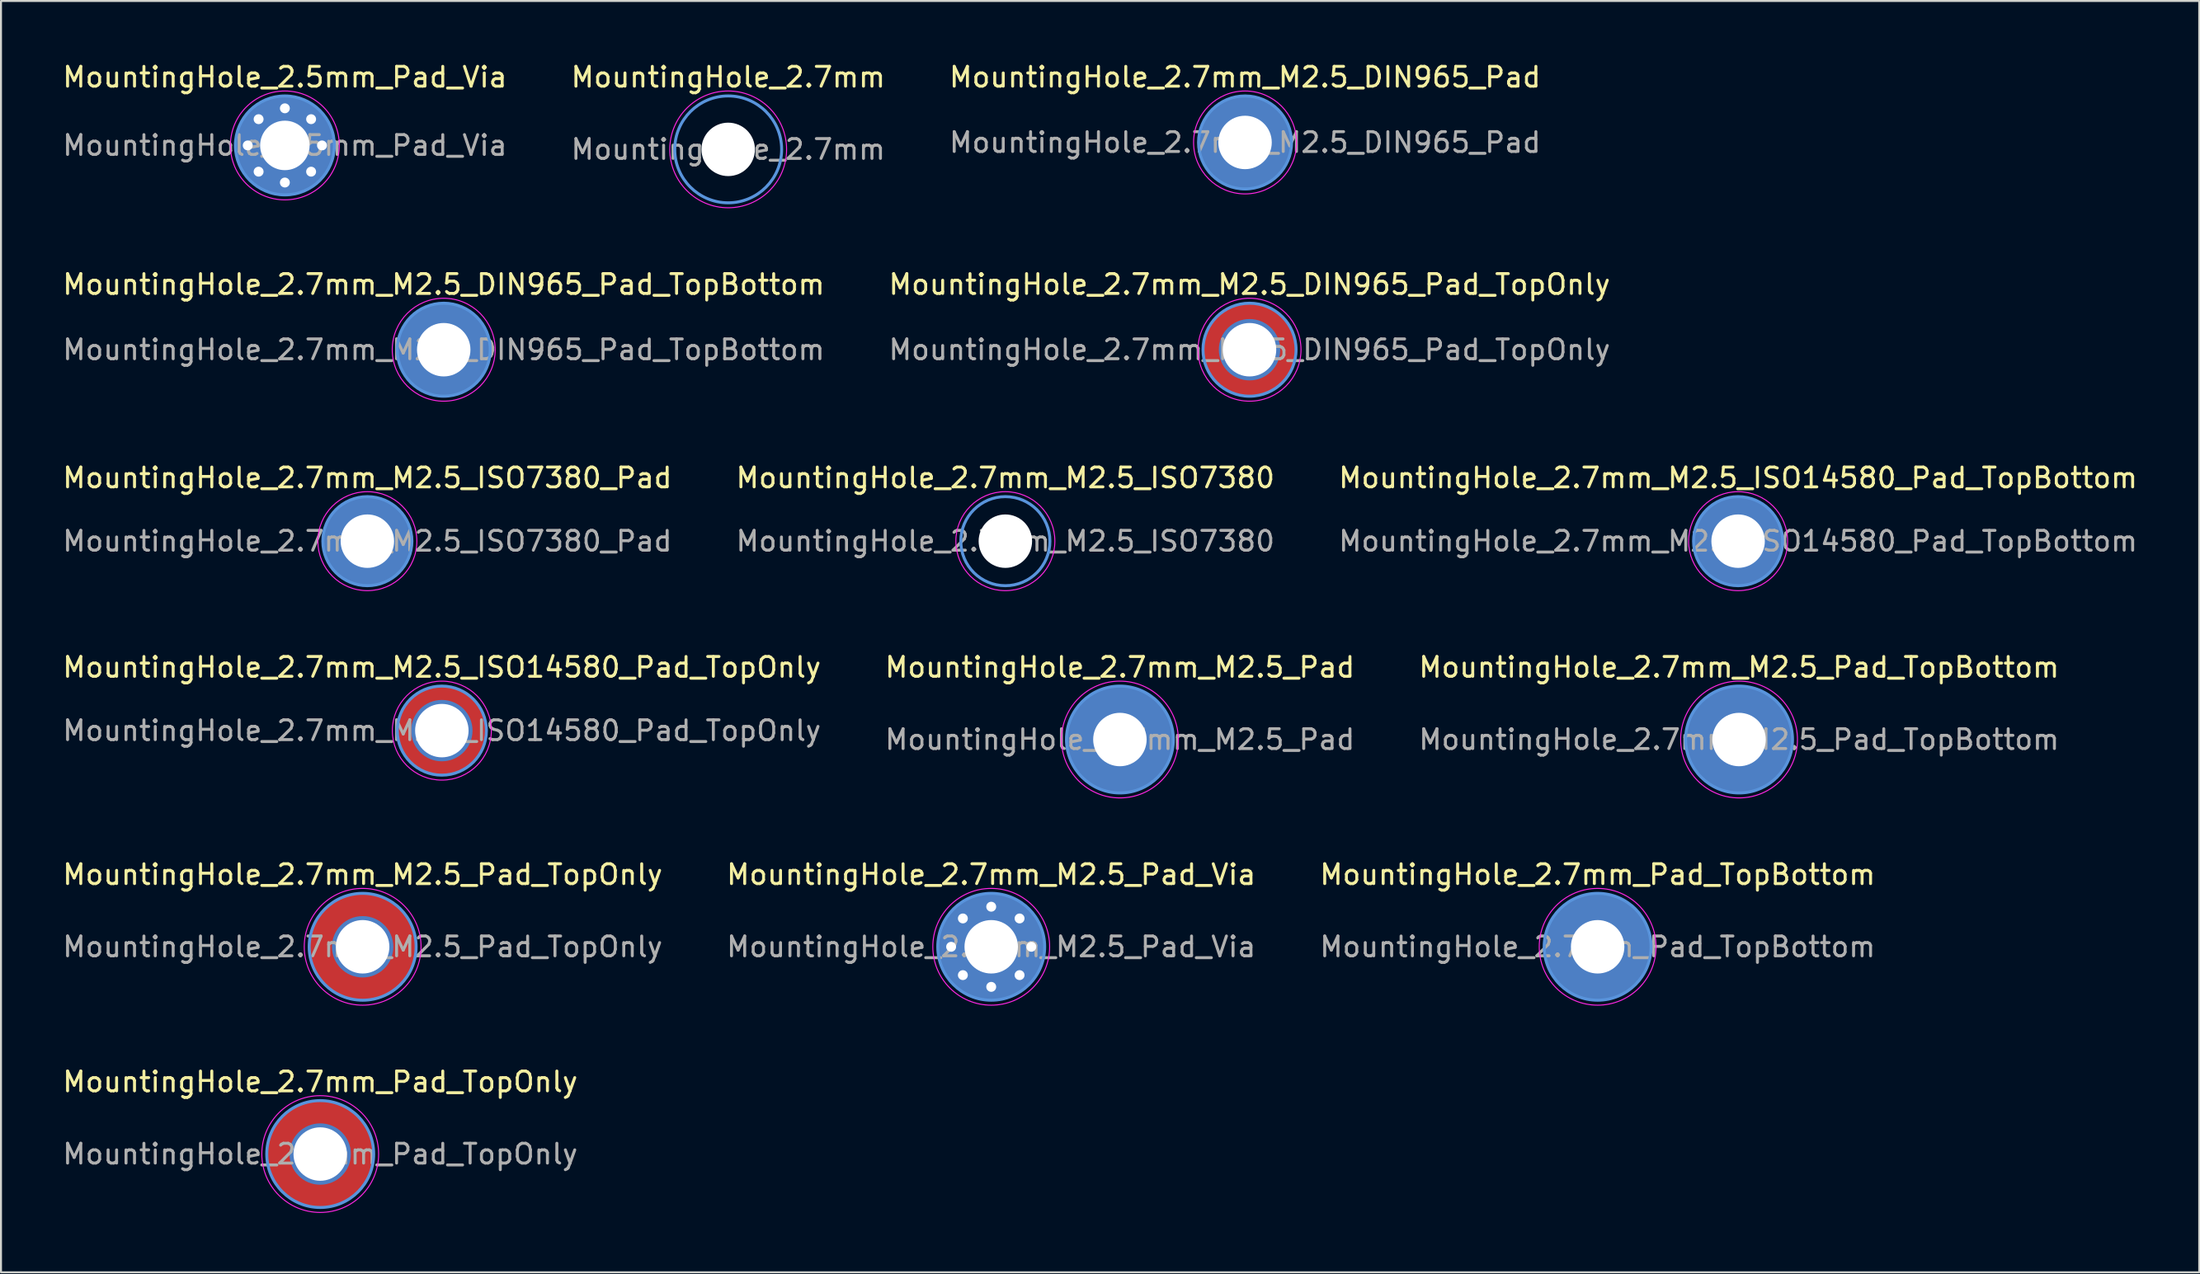
<source format=kicad_pcb>
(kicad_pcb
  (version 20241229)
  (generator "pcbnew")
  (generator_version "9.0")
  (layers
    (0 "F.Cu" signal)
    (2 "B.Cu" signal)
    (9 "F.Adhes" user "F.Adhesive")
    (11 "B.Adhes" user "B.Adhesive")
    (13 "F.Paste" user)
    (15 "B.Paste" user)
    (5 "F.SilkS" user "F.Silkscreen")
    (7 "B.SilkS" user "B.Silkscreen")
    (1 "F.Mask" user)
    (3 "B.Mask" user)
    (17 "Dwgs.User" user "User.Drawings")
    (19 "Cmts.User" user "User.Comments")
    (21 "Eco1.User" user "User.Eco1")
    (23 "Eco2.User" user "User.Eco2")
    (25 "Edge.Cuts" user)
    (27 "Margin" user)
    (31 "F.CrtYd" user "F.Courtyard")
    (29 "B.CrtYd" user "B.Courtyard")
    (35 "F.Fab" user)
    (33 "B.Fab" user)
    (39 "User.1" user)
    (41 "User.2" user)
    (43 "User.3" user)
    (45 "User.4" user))
  (footprint "MountingHole_2.5mm_Pad_Via"
    (layer "F.Cu")
    (at 11.339 4.298)
    (property "Reference" "MountingHole_2.5mm_Pad_Via" (at 0 -3.45 0) (layer "F.SilkS") (effects (font (size 1 1) (thickness 0.15))))
    (attr exclude_from_pos_files exclude_from_bom)
    (fp_circle (center 0 0) (end 2.5 0) (stroke (width 0.15) (type solid)) (fill no) (layer "Cmts.User"))
    (fp_circle (center 0 0) (end 2.75 0) (stroke (width 0.05) (type solid)) (fill no) (layer "F.CrtYd"))
    (fp_text user "${REFERENCE}" (at 0 0 0) (layer "F.Fab") (effects (font (size 1 1) (thickness 0.15))))
    (pad "1" thru_hole circle (at -1.875 0) (size 0.8 0.8) (drill 0.5) (layers "*.Cu" "*.Mask"))
    (pad "1" thru_hole circle (at -1.326 -1.326) (size 0.8 0.8) (drill 0.5) (layers "*.Cu" "*.Mask"))
    (pad "1" thru_hole circle (at -1.326 1.326) (size 0.8 0.8) (drill 0.5) (layers "*.Cu" "*.Mask"))
    (pad "1" thru_hole circle (at 0 -1.875) (size 0.8 0.8) (drill 0.5) (layers "*.Cu" "*.Mask"))
    (pad "1" thru_hole circle (at 0 0) (size 5 5) (drill 2.5) (layers "*.Cu" "*.Mask"))
    (pad "1" thru_hole circle (at 0 1.875) (size 0.8 0.8) (drill 0.5) (layers "*.Cu" "*.Mask"))
    (pad "1" thru_hole circle (at 1.326 -1.326) (size 0.8 0.8) (drill 0.5) (layers "*.Cu" "*.Mask"))
    (pad "1" thru_hole circle (at 1.326 1.326) (size 0.8 0.8) (drill 0.5) (layers "*.Cu" "*.Mask"))
    (pad "1" thru_hole circle (at 1.875 0) (size 0.8 0.8) (drill 0.5) (layers "*.Cu" "*.Mask")))
  (footprint "MountingHole_2.7mm_M2.5_Pad_TopOnly"
    (layer "F.Cu")
    (at 15.268 44.791)
    (property "Reference" "MountingHole_2.7mm_M2.5_Pad_TopOnly" (at 0 -3.65 0) (layer "F.SilkS") (effects (font (size 1 1) (thickness 0.15))))
    (attr exclude_from_pos_files exclude_from_bom)
    (fp_circle (center 0 0) (end 2.7 0) (stroke (width 0.15) (type solid)) (fill no) (layer "Cmts.User"))
    (fp_circle (center 0 0) (end 2.95 0) (stroke (width 0.05) (type solid)) (fill no) (layer "F.CrtYd"))
    (fp_text user "${REFERENCE}" (at 0 0 0) (layer "F.Fab") (effects (font (size 1 1) (thickness 0.15))))
    (pad "1" thru_hole circle (at 0 0) (size 3.1 3.1) (drill 2.7) (layers "*.Cu" "*.Mask"))
    (pad "1" connect circle (at 0 0) (size 5.4 5.4) (layers "F.Cu" "F.Mask")))
  (footprint "MountingHole_2.7mm_Pad_TopOnly"
    (layer "F.Cu")
    (at 13.125 55.264)
    (property "Reference" "MountingHole_2.7mm_Pad_TopOnly" (at 0 -3.65 0) (layer "F.SilkS") (effects (font (size 1 1) (thickness 0.15))))
    (attr exclude_from_pos_files exclude_from_bom)
    (fp_circle (center 0 0) (end 2.7 0) (stroke (width 0.15) (type solid)) (fill no) (layer "Cmts.User"))
    (fp_circle (center 0 0) (end 2.95 0) (stroke (width 0.05) (type solid)) (fill no) (layer "F.CrtYd"))
    (fp_text user "${REFERENCE}" (at 0 0 0) (layer "F.Fab") (effects (font (size 1 1) (thickness 0.15))))
    (pad "1" thru_hole circle (at 0 0) (size 3.1 3.1) (drill 2.7) (layers "*.Cu" "*.Mask"))
    (pad "1" connect circle (at 0 0) (size 5.4 5.4) (layers "F.Cu" "F.Mask")))
  (footprint "MountingHole_2.7mm_M2.5_DIN965_Pad"
    (layer "F.Cu")
    (at 59.839 4.148)
    (property "Reference" "MountingHole_2.7mm_M2.5_DIN965_Pad" (at 0 -3.3 0) (layer "F.SilkS") (effects (font (size 1 1) (thickness 0.15))))
    (attr exclude_from_pos_files exclude_from_bom)
    (fp_circle (center 0 0) (end 2.35 0) (stroke (width 0.15) (type solid)) (fill no) (layer "Cmts.User"))
    (fp_circle (center 0 0) (end 2.6 0) (stroke (width 0.05) (type solid)) (fill no) (layer "F.CrtYd"))
    (fp_text user "${REFERENCE}" (at 0 0 0) (layer "F.Fab") (effects (font (size 1 1) (thickness 0.15))))
    (pad "1" thru_hole circle (at 0 0) (size 4.7 4.7) (drill 2.7) (layers "*.Cu" "*.Mask")))
  (footprint "MountingHole_2.7mm_M2.5_Pad_Via"
    (layer "F.Cu")
    (at 47.018 44.791)
    (property "Reference" "MountingHole_2.7mm_M2.5_Pad_Via" (at 0 -3.65 0) (layer "F.SilkS") (effects (font (size 1 1) (thickness 0.15))))
    (attr exclude_from_pos_files exclude_from_bom)
    (fp_circle (center 0 0) (end 2.7 0) (stroke (width 0.15) (type solid)) (fill no) (layer "Cmts.User"))
    (fp_circle (center 0 0) (end 2.95 0) (stroke (width 0.05) (type solid)) (fill no) (layer "F.CrtYd"))
    (fp_text user "${REFERENCE}" (at 0 0 0) (layer "F.Fab") (effects (font (size 1 1) (thickness 0.15))))
    (pad "1" thru_hole circle (at -2.025 0) (size 0.8 0.8) (drill 0.5) (layers "*.Cu" "*.Mask"))
    (pad "1" thru_hole circle (at -1.432 -1.432) (size 0.8 0.8) (drill 0.5) (layers "*.Cu" "*.Mask"))
    (pad "1" thru_hole circle (at -1.432 1.432) (size 0.8 0.8) (drill 0.5) (layers "*.Cu" "*.Mask"))
    (pad "1" thru_hole circle (at 0 -2.025) (size 0.8 0.8) (drill 0.5) (layers "*.Cu" "*.Mask"))
    (pad "1" thru_hole circle (at 0 0) (size 5.4 5.4) (drill 2.7) (layers "*.Cu" "*.Mask"))
    (pad "1" thru_hole circle (at 0 2.025) (size 0.8 0.8) (drill 0.5) (layers "*.Cu" "*.Mask"))
    (pad "1" thru_hole circle (at 1.432 -1.432) (size 0.8 0.8) (drill 0.5) (layers "*.Cu" "*.Mask"))
    (pad "1" thru_hole circle (at 1.432 1.432) (size 0.8 0.8) (drill 0.5) (layers "*.Cu" "*.Mask"))
    (pad "1" thru_hole circle (at 2.025 0) (size 0.8 0.8) (drill 0.5) (layers "*.Cu" "*.Mask")))
  (footprint "MountingHole_2.7mm_M2.5_Pad_TopBottom"
    (layer "F.Cu")
    (at 84.792 34.318)
    (property "Reference" "MountingHole_2.7mm_M2.5_Pad_TopBottom" (at 0 -3.65 0) (layer "F.SilkS") (effects (font (size 1 1) (thickness 0.15))))
    (attr exclude_from_pos_files exclude_from_bom)
    (fp_circle (center 0 0) (end 2.7 0) (stroke (width 0.15) (type solid)) (fill no) (layer "Cmts.User"))
    (fp_circle (center 0 0) (end 2.95 0) (stroke (width 0.05) (type solid)) (fill no) (layer "F.CrtYd"))
    (fp_text user "${REFERENCE}" (at 0 0 0) (layer "F.Fab") (effects (font (size 1 1) (thickness 0.15))))
    (pad "1" thru_hole circle (at 0 0) (size 3.1 3.1) (drill 2.7) (layers "*.Cu" "*.Mask"))
    (pad "1" connect circle (at 0 0) (size 5.4 5.4) (layers "F.Cu" "F.Mask"))
    (pad "1" connect circle (at 0 0) (size 5.4 5.4) (layers "B.Cu" "B.Mask")))
  (footprint "MountingHole_2.7mm_M2.5_ISO14580_Pad_TopOnly"
    (layer "F.Cu")
    (at 19.268 33.868)
    (property "Reference" "MountingHole_2.7mm_M2.5_ISO14580_Pad_TopOnly" (at 0 -3.2 0) (layer "F.SilkS") (effects (font (size 1 1) (thickness 0.15))))
    (attr exclude_from_pos_files exclude_from_bom)
    (fp_circle (center 0 0) (end 2.25 0) (stroke (width 0.15) (type solid)) (fill no) (layer "Cmts.User"))
    (fp_circle (center 0 0) (end 2.5 0) (stroke (width 0.05) (type solid)) (fill no) (layer "F.CrtYd"))
    (fp_text user "${REFERENCE}" (at 0 0 0) (layer "F.Fab") (effects (font (size 1 1) (thickness 0.15))))
    (pad "1" thru_hole circle (at 0 0) (size 3.1 3.1) (drill 2.7) (layers "*.Cu" "*.Mask"))
    (pad "1" connect circle (at 0 0) (size 4.5 4.5) (layers "F.Cu" "F.Mask")))
  (footprint "MountingHole_2.7mm_M2.5_DIN965_Pad_TopOnly"
    (layer "F.Cu")
    (at 60.065 14.621)
    (property "Reference" "MountingHole_2.7mm_M2.5_DIN965_Pad_TopOnly" (at 0 -3.3 0) (layer "F.SilkS") (effects (font (size 1 1) (thickness 0.15))))
    (attr exclude_from_pos_files exclude_from_bom)
    (fp_circle (center 0 0) (end 2.35 0) (stroke (width 0.15) (type solid)) (fill no) (layer "Cmts.User"))
    (fp_circle (center 0 0) (end 2.6 0) (stroke (width 0.05) (type solid)) (fill no) (layer "F.CrtYd"))
    (fp_text user "${REFERENCE}" (at 0 0 0) (layer "F.Fab") (effects (font (size 1 1) (thickness 0.15))))
    (pad "1" thru_hole circle (at 0 0) (size 3.1 3.1) (drill 2.7) (layers "*.Cu" "*.Mask"))
    (pad "1" connect circle (at 0 0) (size 4.7 4.7) (layers "F.Cu" "F.Mask")))
  (footprint "MountingHole_2.7mm_M2.5_DIN965_Pad_TopBottom"
    (layer "F.Cu")
    (at 19.363 14.621)
    (property "Reference" "MountingHole_2.7mm_M2.5_DIN965_Pad_TopBottom" (at 0 -3.3 0) (layer "F.SilkS") (effects (font (size 1 1) (thickness 0.15))))
    (attr exclude_from_pos_files exclude_from_bom)
    (fp_circle (center 0 0) (end 2.35 0) (stroke (width 0.15) (type solid)) (fill no) (layer "Cmts.User"))
    (fp_circle (center 0 0) (end 2.6 0) (stroke (width 0.05) (type solid)) (fill no) (layer "F.CrtYd"))
    (fp_text user "${REFERENCE}" (at 0 0 0) (layer "F.Fab") (effects (font (size 1 1) (thickness 0.15))))
    (pad "1" thru_hole circle (at 0 0) (size 3.1 3.1) (drill 2.7) (layers "*.Cu" "*.Mask"))
    (pad "1" connect circle (at 0 0) (size 4.7 4.7) (layers "F.Cu" "F.Mask"))
    (pad "1" connect circle (at 0 0) (size 4.7 4.7) (layers "B.Cu" "B.Mask")))
  (footprint "MountingHole_2.7mm_M2.5_ISO14580_Pad_TopBottom"
    (layer "F.Cu")
    (at 84.744 24.295)
    (property "Reference" "MountingHole_2.7mm_M2.5_ISO14580_Pad_TopBottom" (at 0 -3.2 0) (layer "F.SilkS") (effects (font (size 1 1) (thickness 0.15))))
    (attr exclude_from_pos_files exclude_from_bom)
    (fp_circle (center 0 0) (end 2.25 0) (stroke (width 0.15) (type solid)) (fill no) (layer "Cmts.User"))
    (fp_circle (center 0 0) (end 2.5 0) (stroke (width 0.05) (type solid)) (fill no) (layer "F.CrtYd"))
    (fp_text user "${REFERENCE}" (at 0 0 0) (layer "F.Fab") (effects (font (size 1 1) (thickness 0.15))))
    (pad "1" thru_hole circle (at 0 0) (size 3.1 3.1) (drill 2.7) (layers "*.Cu" "*.Mask"))
    (pad "1" connect circle (at 0 0) (size 4.5 4.5) (layers "F.Cu" "F.Mask"))
    (pad "1" connect circle (at 0 0) (size 4.5 4.5) (layers "B.Cu" "B.Mask")))
  (footprint "MountingHole_2.7mm_M2.5_ISO7380"
    (layer "F.Cu")
    (at 47.732 24.295)
    (property "Reference" "MountingHole_2.7mm_M2.5_ISO7380" (at 0 -3.2 0) (layer "F.SilkS") (effects (font (size 1 1) (thickness 0.15))))
    (attr exclude_from_pos_files exclude_from_bom)
    (fp_circle (center 0 0) (end 2.25 0) (stroke (width 0.15) (type solid)) (fill no) (layer "Cmts.User"))
    (fp_circle (center 0 0) (end 2.5 0) (stroke (width 0.05) (type solid)) (fill no) (layer "F.CrtYd"))
    (fp_text user "${REFERENCE}" (at 0 0 0) (layer "F.Fab") (effects (font (size 1 1) (thickness 0.15))))
    (pad "" np_thru_hole circle (at 0 0) (size 2.7 2.7) (drill 2.7) (layers "*.Cu" "*.Mask")))
  (footprint "MountingHole_2.7mm_Pad_TopBottom"
    (layer "F.Cu")
    (at 77.649 44.791)
    (property "Reference" "MountingHole_2.7mm_Pad_TopBottom" (at 0 -3.65 0) (layer "F.SilkS") (effects (font (size 1 1) (thickness 0.15))))
    (attr exclude_from_pos_files exclude_from_bom)
    (fp_circle (center 0 0) (end 2.7 0) (stroke (width 0.15) (type solid)) (fill no) (layer "Cmts.User"))
    (fp_circle (center 0 0) (end 2.95 0) (stroke (width 0.05) (type solid)) (fill no) (layer "F.CrtYd"))
    (fp_text user "${REFERENCE}" (at 0 0 0) (layer "F.Fab") (effects (font (size 1 1) (thickness 0.15))))
    (pad "1" thru_hole circle (at 0 0) (size 3.1 3.1) (drill 2.7) (layers "*.Cu" "*.Mask"))
    (pad "1" connect circle (at 0 0) (size 5.4 5.4) (layers "F.Cu" "F.Mask"))
    (pad "1" connect circle (at 0 0) (size 5.4 5.4) (layers "B.Cu" "B.Mask")))
  (footprint "MountingHole_2.7mm_M2.5_Pad"
    (layer "F.Cu")
    (at 53.518 34.318)
    (property "Reference" "MountingHole_2.7mm_M2.5_Pad" (at 0 -3.65 0) (layer "F.SilkS") (effects (font (size 1 1) (thickness 0.15))))
    (attr exclude_from_pos_files exclude_from_bom)
    (fp_circle (center 0 0) (end 2.7 0) (stroke (width 0.15) (type solid)) (fill no) (layer "Cmts.User"))
    (fp_circle (center 0 0) (end 2.95 0) (stroke (width 0.05) (type solid)) (fill no) (layer "F.CrtYd"))
    (fp_text user "${REFERENCE}" (at 0 0 0) (layer "F.Fab") (effects (font (size 1 1) (thickness 0.15))))
    (pad "1" thru_hole circle (at 0 0) (size 5.4 5.4) (drill 2.7) (layers "*.Cu" "*.Mask")))
  (footprint "MountingHole_2.7mm"
    (layer "F.Cu")
    (at 33.732 4.498)
    (property "Reference" "MountingHole_2.7mm" (at 0 -3.65 0) (layer "F.SilkS") (effects (font (size 1 1) (thickness 0.15))))
    (attr exclude_from_pos_files exclude_from_bom)
    (fp_circle (center 0 0) (end 2.7 0) (stroke (width 0.15) (type solid)) (fill no) (layer "Cmts.User"))
    (fp_circle (center 0 0) (end 2.95 0) (stroke (width 0.05) (type solid)) (fill no) (layer "F.CrtYd"))
    (fp_text user "${REFERENCE}" (at 0 0 0) (layer "F.Fab") (effects (font (size 1 1) (thickness 0.15))))
    (pad "" np_thru_hole circle (at 0 0) (size 2.7 2.7) (drill 2.7) (layers "*.Cu" "*.Mask")))
  (footprint "MountingHole_2.7mm_M2.5_ISO7380_Pad"
    (layer "F.Cu")
    (at 15.506 24.295)
    (property "Reference" "MountingHole_2.7mm_M2.5_ISO7380_Pad" (at 0 -3.2 0) (layer "F.SilkS") (effects (font (size 1 1) (thickness 0.15))))
    (attr exclude_from_pos_files exclude_from_bom)
    (fp_circle (center 0 0) (end 2.25 0) (stroke (width 0.15) (type solid)) (fill no) (layer "Cmts.User"))
    (fp_circle (center 0 0) (end 2.5 0) (stroke (width 0.05) (type solid)) (fill no) (layer "F.CrtYd"))
    (fp_text user "${REFERENCE}" (at 0 0 0) (layer "F.Fab") (effects (font (size 1 1) (thickness 0.15))))
    (pad "1" thru_hole circle (at 0 0) (size 4.5 4.5) (drill 2.7) (layers "*.Cu" "*.Mask")))
  (gr_rect
    (start -3 -3)
    (end 108.036 61.239)
    (stroke (width 0.1) (type default))
    (fill no)
    (layer "Edge.Cuts")))
</source>
